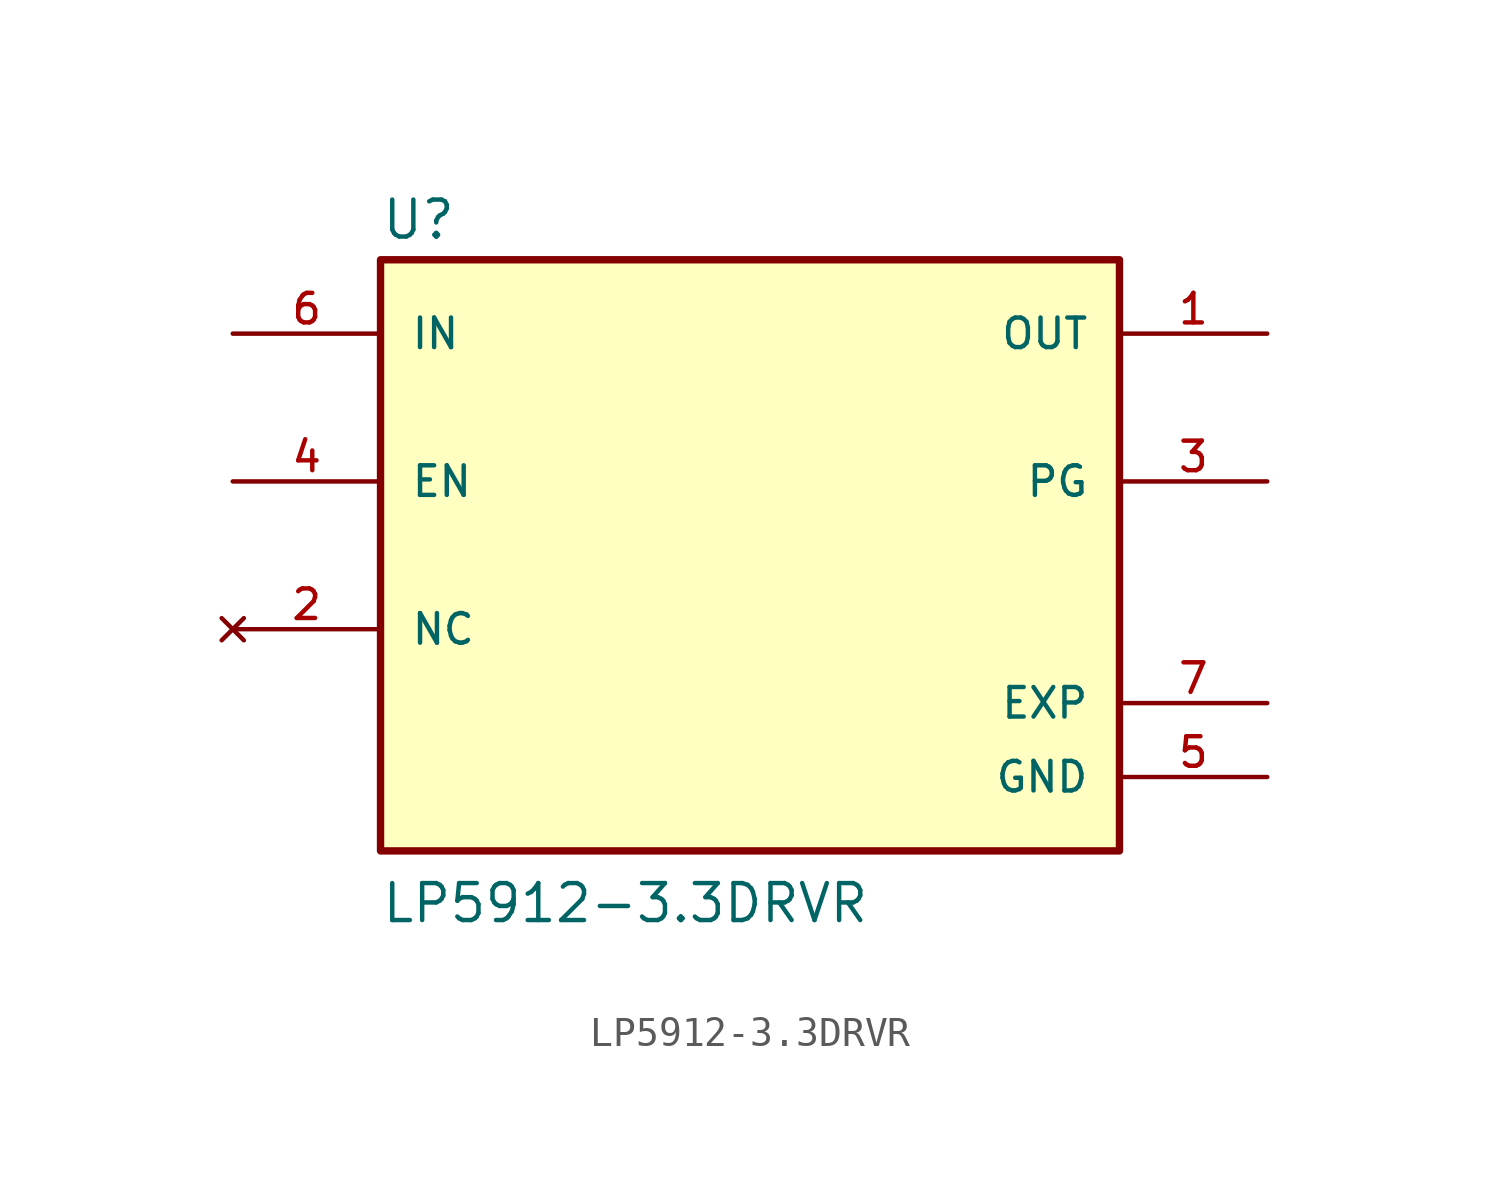
<source format=kicad_sym>
(kicad_symbol_lib
  (version 20211014)
  (generator kicad_symbol_editor)
  (symbol "LP5912-3.3DRVR"
    (pin_names
      (offset 1.016))
    (property "Reference" "U"
      (at -12.7 10.795 0.0)
      (effects (font (size 1.27 1.27)) (justify bottom left)))
    (property "Value" "LP5912-3.3DRVR"
      (at -12.7 -12.7 0.0)
      (effects (font (size 1.27 1.27)) (justify bottom left)))
    (symbol "LP5912-3.3DRVR_0_0"
      (rectangle (start -12.7 -10.16) (end 12.7 10.16) (stroke (width 0.254)) (fill (type background)))
      (pin input line (at -17.78 2.54 0) (length 5.08) (name "EN" (effects (font (size 1.016 1.016)))) (number "4" (effects (font (size 1.016 1.016)))))
      (pin input line (at -17.78 7.62 0) (length 5.08) (name "IN" (effects (font (size 1.016 1.016)))) (number "6" (effects (font (size 1.016 1.016)))))
      (pin power_in line (at 17.78 -5.08 180.0) (length 5.08) (name "EXP" (effects (font (size 1.016 1.016)))) (number "7" (effects (font (size 1.016 1.016)))))
      (pin output line (at 17.78 7.62 180.0) (length 5.08) (name "OUT" (effects (font (size 1.016 1.016)))) (number "1" (effects (font (size 1.016 1.016)))))
      (pin output line (at 17.78 2.54 180.0) (length 5.08) (name "PG" (effects (font (size 1.016 1.016)))) (number "3" (effects (font (size 1.016 1.016)))))
      (pin power_in line (at 17.78 -7.62 180.0) (length 5.08) (name "GND" (effects (font (size 1.016 1.016)))) (number "5" (effects (font (size 1.016 1.016)))))
      (pin no_connect line (at -17.78 -2.54 0) (length 5.08) (name "NC" (effects (font (size 1.016 1.016)))) (number "2" (effects (font (size 1.016 1.016))))))))
</source>
